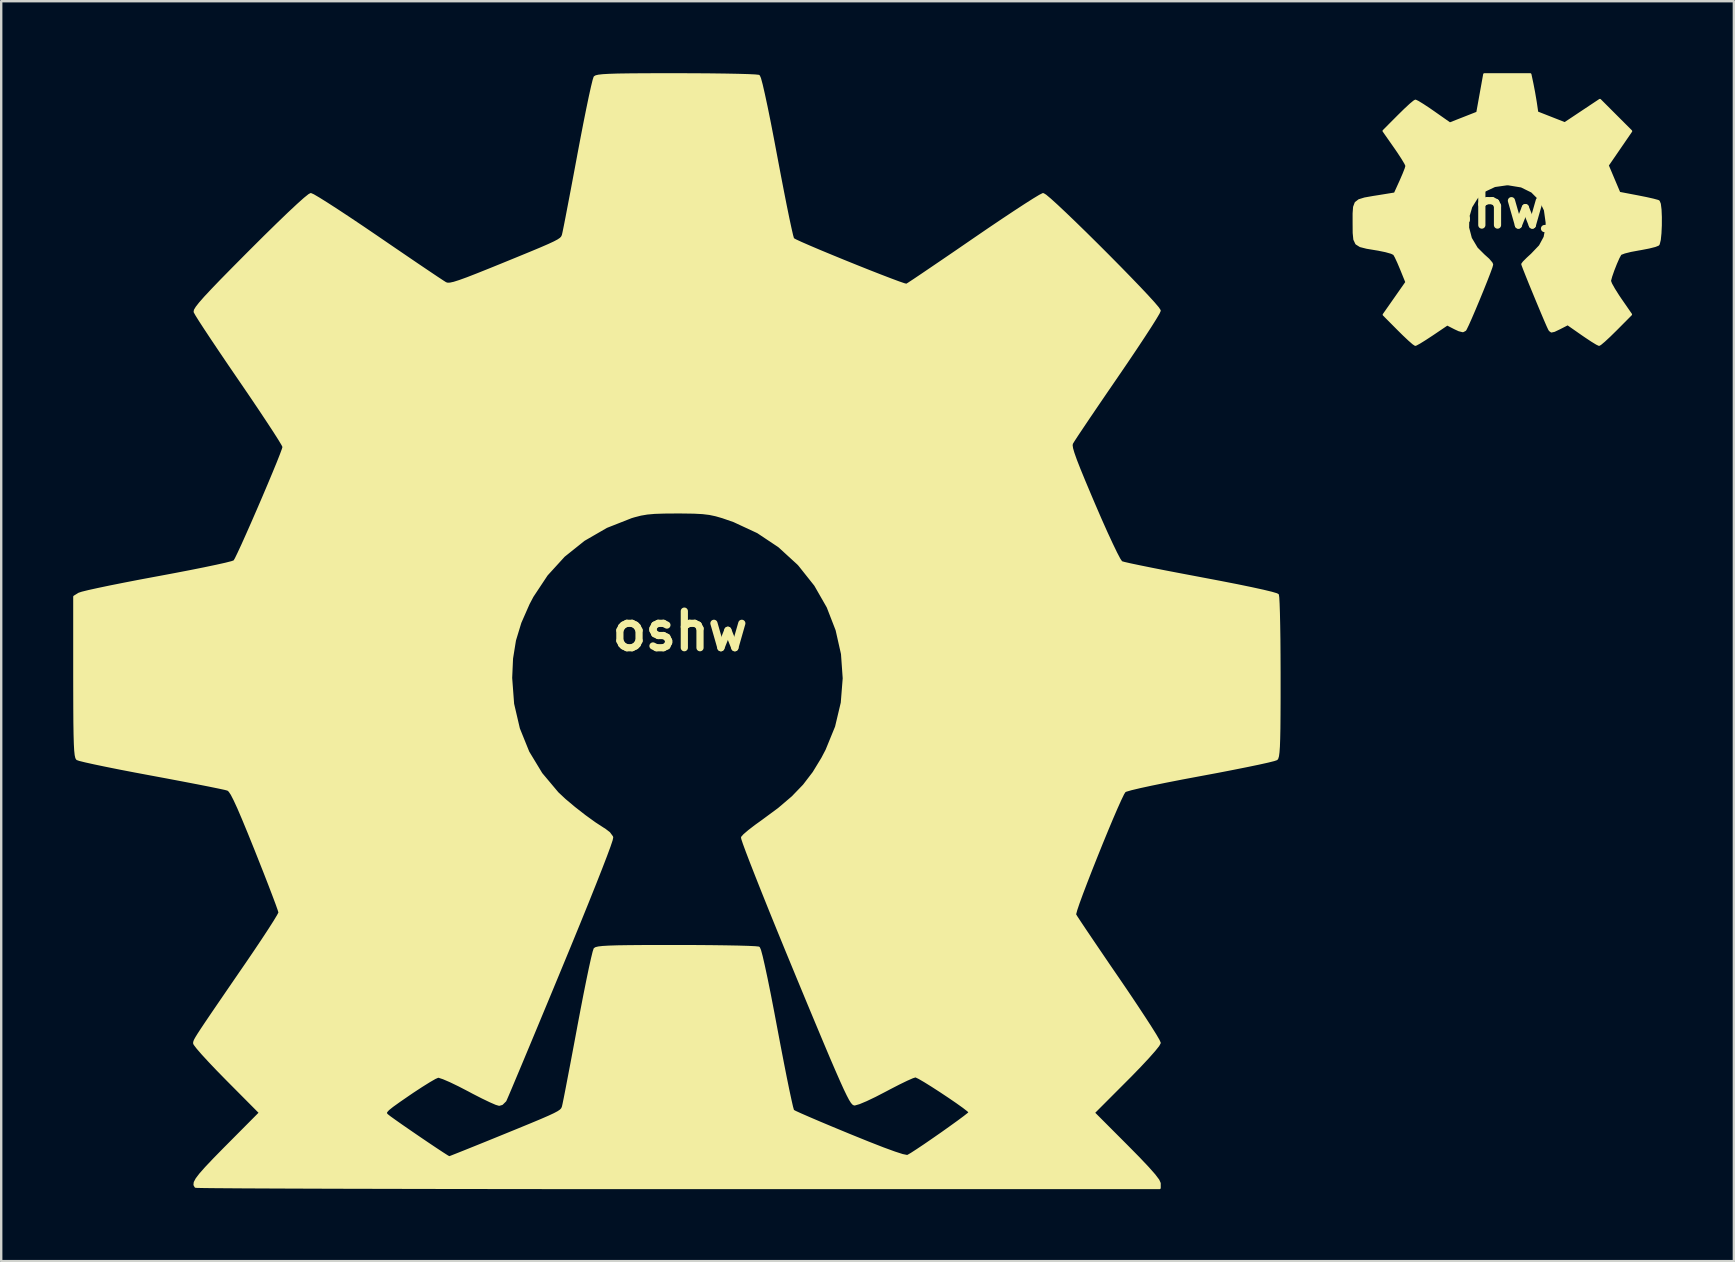
<source format=kicad_pcb>
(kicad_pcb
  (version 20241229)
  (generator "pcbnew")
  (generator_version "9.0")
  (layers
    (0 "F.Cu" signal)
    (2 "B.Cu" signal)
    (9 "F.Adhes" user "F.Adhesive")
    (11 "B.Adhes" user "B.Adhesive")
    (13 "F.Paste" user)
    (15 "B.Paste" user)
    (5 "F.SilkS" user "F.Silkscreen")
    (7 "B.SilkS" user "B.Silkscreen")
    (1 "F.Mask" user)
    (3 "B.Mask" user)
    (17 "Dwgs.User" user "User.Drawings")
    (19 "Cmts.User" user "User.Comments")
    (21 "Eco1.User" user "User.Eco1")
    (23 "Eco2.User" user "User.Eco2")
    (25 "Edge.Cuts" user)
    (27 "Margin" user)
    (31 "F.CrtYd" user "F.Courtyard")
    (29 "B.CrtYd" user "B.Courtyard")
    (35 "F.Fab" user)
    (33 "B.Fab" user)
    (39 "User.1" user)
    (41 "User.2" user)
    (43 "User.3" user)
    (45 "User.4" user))
  (footprint "oshw"
    (layer "F.Cu")
    (at 25.281 23.247)
    (property "Reference" "oshw" (at 0 0 0) (layer "F.SilkS") (effects (font (size 1.524 1.524) (thickness 0.3))))
    (attr through_hole)
    (fp_poly (pts (xy 24.975 1.916) (xy 24.975 2.774) (xy 24.972 3.479) (xy 24.967 4.043) (xy 24.958 4.483) (xy 24.946 4.813) (xy 24.929 5.049) (xy 24.908 5.204) (xy 24.881 5.294) (xy 24.857 5.328) (xy 24.749 5.365) (xy 24.493 5.429) (xy 24.11 5.514) (xy 23.619 5.616) (xy 23.038 5.732) (xy 22.389 5.858) (xy 21.703 5.986) (xy 20.934 6.13) (xy 20.244 6.265) (xy 19.648 6.387) (xy 19.163 6.492) (xy 18.803 6.578) (xy 18.585 6.641) (xy 18.526 6.668) (xy 18.459 6.775) (xy 18.343 7.015) (xy 18.186 7.364) (xy 17.998 7.8) (xy 17.789 8.299) (xy 17.568 8.837) (xy 17.344 9.393) (xy 17.126 9.942) (xy 16.924 10.461) (xy 16.746 10.928) (xy 16.603 11.319) (xy 16.504 11.612) (xy 16.458 11.782) (xy 16.457 11.813) (xy 16.512 11.905) (xy 16.653 12.12) (xy 16.868 12.442) (xy 17.146 12.854) (xy 17.476 13.34) (xy 17.846 13.885) (xy 18.239 14.458) (xy 18.639 15.045) (xy 19.006 15.593) (xy 19.33 16.084) (xy 19.601 16.503) (xy 19.807 16.832) (xy 19.937 17.056) (xy 19.981 17.156) (xy 19.923 17.262) (xy 19.757 17.468) (xy 19.5 17.759) (xy 19.165 18.117) (xy 18.769 18.526) (xy 18.606 18.689) (xy 17.232 20.066) (xy 18.606 21.443) (xy 19.111 21.955) (xy 19.495 22.361) (xy 19.765 22.667) (xy 19.925 22.879) (xy 19.981 23.004) (xy 19.981 23.009) (xy 19.981 23.199) (xy 12.083 23.199) (xy 12.083 20.048) (xy 12.005 19.968) (xy 11.812 19.819) (xy 11.536 19.622) (xy 11.207 19.397) (xy 10.855 19.163) (xy 10.511 18.941) (xy 10.204 18.75) (xy 9.966 18.612) (xy 9.827 18.545) (xy 9.811 18.542) (xy 9.687 18.581) (xy 9.446 18.687) (xy 9.117 18.847) (xy 8.731 19.046) (xy 8.553 19.14) (xy 8.127 19.361) (xy 7.756 19.538) (xy 7.467 19.659) (xy 7.288 19.711) (xy 7.261 19.712) (xy 7.218 19.688) (xy 7.162 19.623) (xy 7.088 19.505) (xy 6.993 19.324) (xy 6.871 19.071) (xy 6.718 18.734) (xy 6.529 18.304) (xy 6.299 17.77) (xy 6.025 17.121) (xy 5.702 16.349) (xy 5.324 15.442) (xy 4.888 14.39) (xy 4.812 14.205) (xy 4.435 13.291) (xy 4.079 12.421) (xy 3.749 11.608) (xy 3.451 10.865) (xy 3.189 10.205) (xy 2.968 9.641) (xy 2.793 9.184) (xy 2.67 8.85) (xy 2.603 8.649) (xy 2.593 8.595) (xy 2.68 8.497) (xy 2.876 8.329) (xy 3.151 8.117) (xy 3.417 7.926) (xy 4.119 7.408) (xy 4.693 6.919) (xy 5.167 6.427) (xy 5.571 5.899) (xy 5.934 5.303) (xy 6.112 4.964) (xy 6.51 3.99) (xy 6.749 2.985) (xy 6.83 1.965) (xy 6.758 0.947) (xy 6.533 -0.051) (xy 6.16 -1.012) (xy 5.64 -1.92) (xy 4.976 -2.756) (xy 4.925 -2.811) (xy 4.131 -3.537) (xy 3.244 -4.128) (xy 2.253 -4.589) (xy 1.775 -4.755) (xy 1.496 -4.835) (xy 1.233 -4.891) (xy 0.945 -4.926) (xy 0.589 -4.945) (xy 0.124 -4.952) (xy -0.127 -4.953) (xy -0.654 -4.949) (xy -1.054 -4.936) (xy -1.368 -4.908) (xy -1.638 -4.862) (xy -1.906 -4.793) (xy -2.032 -4.755) (xy -3.065 -4.348) (xy -4.003 -3.806) (xy -4.837 -3.139) (xy -5.555 -2.352) (xy -6.149 -1.456) (xy -6.314 -1.143) (xy -6.657 -0.362) (xy -6.882 0.377) (xy -7.005 1.139) (xy -7.041 1.947) (xy -6.96 3.032) (xy -6.719 4.066) (xy -6.325 5.041) (xy -5.779 5.943) (xy -5.103 6.748) (xy -4.8 7.032) (xy -4.407 7.362) (xy -3.974 7.7) (xy -3.552 8.005) (xy -3.194 8.238) (xy -3.15 8.263) (xy -2.955 8.412) (xy -2.838 8.57) (xy -2.831 8.593) (xy -2.855 8.704) (xy -2.942 8.963) (xy -3.089 9.36) (xy -3.292 9.887) (xy -3.548 10.537) (xy -3.853 11.299) (xy -4.205 12.167) (xy -4.6 13.13) (xy -4.991 14.077) (xy -5.364 14.978) (xy -5.721 15.837) (xy -6.054 16.639) (xy -6.359 17.371) (xy -6.63 18.02) (xy -6.862 18.573) (xy -7.048 19.016) (xy -7.184 19.336) (xy -7.264 19.52) (xy -7.282 19.559) (xy -7.419 19.694) (xy -7.532 19.727) (xy -7.661 19.689) (xy -7.907 19.582) (xy -8.239 19.422) (xy -8.628 19.223) (xy -8.803 19.129) (xy -9.207 18.92) (xy -9.568 18.746) (xy -9.857 18.622) (xy -10.042 18.561) (xy -10.083 18.558) (xy -10.21 18.613) (xy -10.446 18.749) (xy -10.762 18.946) (xy -11.13 19.187) (xy -11.302 19.304) (xy -11.705 19.582) (xy -11.984 19.782) (xy -12.158 19.922) (xy -12.244 20.018) (xy -12.261 20.087) (xy -12.225 20.146) (xy -12.209 20.161) (xy -12.102 20.246) (xy -11.888 20.4) (xy -11.595 20.606) (xy -11.25 20.844) (xy -10.881 21.097) (xy -10.514 21.346) (xy -10.177 21.572) (xy -9.896 21.757) (xy -9.7 21.882) (xy -9.615 21.929) (xy -9.614 21.929) (xy -9.53 21.898) (xy -9.309 21.811) (xy -8.973 21.677) (xy -8.543 21.504) (xy -8.038 21.3) (xy -7.481 21.073) (xy -7.478 21.072) (xy -6.78 20.787) (xy -6.223 20.558) (xy -5.79 20.377) (xy -5.465 20.236) (xy -5.231 20.127) (xy -5.073 20.043) (xy -4.973 19.975) (xy -4.915 19.916) (xy -4.884 19.857) (xy -4.87 19.818) (xy -4.843 19.7) (xy -4.789 19.434) (xy -4.712 19.041) (xy -4.616 18.539) (xy -4.503 17.949) (xy -4.379 17.29) (xy -4.246 16.58) (xy -4.233 16.507) (xy -4.098 15.795) (xy -3.97 15.134) (xy -3.851 14.542) (xy -3.746 14.038) (xy -3.658 13.641) (xy -3.592 13.371) (xy -3.552 13.246) (xy -3.549 13.242) (xy -3.499 13.211) (xy -3.393 13.186) (xy -3.218 13.166) (xy -2.959 13.151) (xy -2.6 13.139) (xy -2.127 13.132) (xy -1.525 13.127) (xy -0.78 13.125) (xy -0.138 13.125) (xy 0.598 13.127) (xy 1.282 13.132) (xy 1.896 13.14) (xy 2.421 13.15) (xy 2.839 13.162) (xy 3.129 13.176) (xy 3.273 13.191) (xy 3.284 13.195) (xy 3.327 13.295) (xy 3.396 13.55) (xy 3.488 13.949) (xy 3.602 14.48) (xy 3.734 15.131) (xy 3.881 15.891) (xy 4.012 16.585) (xy 4.15 17.314) (xy 4.281 17.992) (xy 4.401 18.6) (xy 4.507 19.12) (xy 4.596 19.534) (xy 4.662 19.824) (xy 4.704 19.971) (xy 4.711 19.985) (xy 4.807 20.036) (xy 5.039 20.142) (xy 5.388 20.294) (xy 5.832 20.484) (xy 6.352 20.702) (xy 6.927 20.94) (xy 7.072 21) (xy 7.845 21.313) (xy 8.466 21.556) (xy 8.94 21.729) (xy 9.268 21.835) (xy 9.454 21.873) (xy 9.493 21.869) (xy 9.643 21.782) (xy 9.887 21.624) (xy 10.2 21.415) (xy 10.553 21.172) (xy 10.923 20.915) (xy 11.281 20.66) (xy 11.603 20.428) (xy 11.861 20.236) (xy 12.03 20.103) (xy 12.083 20.048) (xy 12.083 23.199) (xy -0.071 23.199) (xy -1.902 23.198) (xy -3.688 23.198) (xy -5.423 23.197) (xy -7.098 23.195) (xy -8.706 23.193) (xy -10.241 23.191) (xy -11.694 23.188) (xy -13.057 23.185) (xy -14.325 23.182) (xy -15.489 23.178) (xy -16.541 23.174) (xy -17.476 23.17) (xy -18.284 23.166) (xy -18.959 23.161) (xy -19.493 23.157) (xy -19.88 23.152) (xy -20.11 23.147) (xy -20.179 23.142) (xy -20.221 23.069) (xy -20.21 22.968) (xy -20.134 22.825) (xy -19.983 22.627) (xy -19.745 22.358) (xy -19.41 22.004) (xy -18.965 21.55) (xy -18.863 21.448) (xy -17.49 20.066) (xy -18.863 18.684) (xy -19.255 18.284) (xy -19.604 17.917) (xy -19.892 17.604) (xy -20.102 17.361) (xy -20.218 17.209) (xy -20.235 17.17) (xy -20.233 17.134) (xy -20.222 17.09) (xy -20.194 17.026) (xy -20.14 16.93) (xy -20.052 16.788) (xy -19.922 16.589) (xy -19.742 16.319) (xy -19.504 15.967) (xy -19.198 15.519) (xy -18.818 14.964) (xy -18.355 14.289) (xy -18.061 13.862) (xy -17.707 13.341) (xy -17.386 12.862) (xy -17.111 12.443) (xy -16.894 12.103) (xy -16.747 11.86) (xy -16.681 11.734) (xy -16.679 11.724) (xy -16.71 11.617) (xy -16.796 11.373) (xy -16.931 11.013) (xy -17.106 10.555) (xy -17.314 10.021) (xy -17.548 9.43) (xy -17.664 9.137) (xy -17.96 8.404) (xy -18.203 7.816) (xy -18.398 7.361) (xy -18.553 7.025) (xy -18.672 6.794) (xy -18.763 6.657) (xy -18.829 6.6) (xy -18.951 6.567) (xy -19.22 6.509) (xy -19.616 6.428) (xy -20.118 6.329) (xy -20.706 6.216) (xy -21.36 6.092) (xy -22.004 5.972) (xy -22.698 5.842) (xy -23.342 5.718) (xy -23.915 5.603) (xy -24.399 5.502) (xy -24.773 5.419) (xy -25.019 5.358) (xy -25.115 5.324) (xy -25.145 5.271) (xy -25.17 5.158) (xy -25.19 4.969) (xy -25.205 4.69) (xy -25.216 4.308) (xy -25.224 3.808) (xy -25.228 3.174) (xy -25.23 2.394) (xy -25.231 1.897) (xy -25.231 -1.435) (xy -25.04 -1.553) (xy -24.915 -1.595) (xy -24.644 -1.662) (xy -24.245 -1.75) (xy -23.739 -1.856) (xy -23.146 -1.974) (xy -22.486 -2.102) (xy -21.778 -2.234) (xy -21.759 -2.237) (xy -21.055 -2.369) (xy -20.401 -2.495) (xy -19.817 -2.612) (xy -19.322 -2.716) (xy -18.935 -2.802) (xy -18.676 -2.868) (xy -18.564 -2.907) (xy -18.563 -2.909) (xy -18.501 -3.013) (xy -18.386 -3.25) (xy -18.226 -3.594) (xy -18.034 -4.023) (xy -17.818 -4.511) (xy -17.59 -5.035) (xy -17.359 -5.571) (xy -17.137 -6.095) (xy -16.933 -6.582) (xy -16.758 -7.008) (xy -16.623 -7.349) (xy -16.537 -7.582) (xy -16.51 -7.678) (xy -16.557 -7.775) (xy -16.689 -7.995) (xy -16.897 -8.322) (xy -17.171 -8.74) (xy -17.498 -9.233) (xy -17.87 -9.785) (xy -18.276 -10.38) (xy -18.34 -10.474) (xy -18.752 -11.076) (xy -19.133 -11.639) (xy -19.474 -12.147) (xy -19.763 -12.583) (xy -19.99 -12.932) (xy -20.143 -13.176) (xy -20.212 -13.3) (xy -20.214 -13.307) (xy -20.202 -13.375) (xy -20.132 -13.49) (xy -19.997 -13.662) (xy -19.788 -13.901) (xy -19.494 -14.215) (xy -19.108 -14.617) (xy -18.619 -15.114) (xy -18.02 -15.718) (xy -17.899 -15.839) (xy -17.299 -16.437) (xy -16.763 -16.962) (xy -16.302 -17.406) (xy -15.923 -17.76) (xy -15.636 -18.017) (xy -15.45 -18.166) (xy -15.381 -18.203) (xy -15.277 -18.157) (xy -15.05 -18.024) (xy -14.717 -17.816) (xy -14.294 -17.543) (xy -13.798 -17.216) (xy -13.244 -16.845) (xy -12.649 -16.441) (xy -12.585 -16.397) (xy -11.984 -15.986) (xy -11.422 -15.603) (xy -10.915 -15.258) (xy -10.479 -14.964) (xy -10.132 -14.731) (xy -9.889 -14.571) (xy -9.768 -14.494) (xy -9.763 -14.492) (xy -9.689 -14.469) (xy -9.58 -14.472) (xy -9.418 -14.507) (xy -9.185 -14.581) (xy -8.861 -14.698) (xy -8.43 -14.866) (xy -7.871 -15.09) (xy -7.477 -15.25) (xy -6.78 -15.535) (xy -6.223 -15.764) (xy -5.79 -15.945) (xy -5.465 -16.086) (xy -5.231 -16.195) (xy -5.073 -16.279) (xy -4.973 -16.347) (xy -4.915 -16.406) (xy -4.884 -16.465) (xy -4.87 -16.504) (xy -4.843 -16.622) (xy -4.789 -16.888) (xy -4.712 -17.281) (xy -4.616 -17.783) (xy -4.503 -18.373) (xy -4.379 -19.032) (xy -4.246 -19.742) (xy -4.233 -19.815) (xy -4.098 -20.527) (xy -3.97 -21.188) (xy -3.851 -21.78) (xy -3.746 -22.284) (xy -3.658 -22.681) (xy -3.592 -22.951) (xy -3.552 -23.076) (xy -3.549 -23.08) (xy -3.499 -23.111) (xy -3.393 -23.136) (xy -3.218 -23.156) (xy -2.959 -23.171) (xy -2.6 -23.183) (xy -2.127 -23.19) (xy -1.525 -23.195) (xy -0.78 -23.197) (xy -0.138 -23.197) (xy 0.598 -23.195) (xy 1.282 -23.19) (xy 1.896 -23.182) (xy 2.421 -23.172) (xy 2.839 -23.16) (xy 3.129 -23.146) (xy 3.273 -23.131) (xy 3.284 -23.127) (xy 3.327 -23.027) (xy 3.396 -22.772) (xy 3.488 -22.373) (xy 3.602 -21.842) (xy 3.734 -21.191) (xy 3.881 -20.431) (xy 4.012 -19.737) (xy 4.15 -19.008) (xy 4.281 -18.33) (xy 4.401 -17.722) (xy 4.507 -17.202) (xy 4.596 -16.788) (xy 4.662 -16.498) (xy 4.704 -16.351) (xy 4.711 -16.337) (xy 4.815 -16.278) (xy 5.05 -16.169) (xy 5.392 -16.02) (xy 5.817 -15.839) (xy 6.302 -15.638) (xy 6.821 -15.425) (xy 7.353 -15.21) (xy 7.871 -15.003) (xy 8.354 -14.814) (xy 8.776 -14.652) (xy 9.114 -14.526) (xy 9.344 -14.447) (xy 9.442 -14.425) (xy 9.442 -14.425) (xy 9.53 -14.479) (xy 9.743 -14.619) (xy 10.063 -14.834) (xy 10.476 -15.114) (xy 10.966 -15.447) (xy 11.517 -15.823) (xy 12.114 -16.233) (xy 12.258 -16.332) (xy 12.865 -16.747) (xy 13.433 -17.13) (xy 13.945 -17.47) (xy 14.386 -17.758) (xy 14.74 -17.983) (xy 14.99 -18.134) (xy 15.121 -18.201) (xy 15.132 -18.203) (xy 15.227 -18.145) (xy 15.424 -17.98) (xy 15.706 -17.724) (xy 16.057 -17.394) (xy 16.463 -17.004) (xy 16.906 -16.572) (xy 17.371 -16.112) (xy 17.842 -15.641) (xy 18.303 -15.175) (xy 18.739 -14.728) (xy 19.134 -14.318) (xy 19.471 -13.96) (xy 19.735 -13.67) (xy 19.91 -13.464) (xy 19.981 -13.357) (xy 19.981 -13.352) (xy 19.935 -13.25) (xy 19.802 -13.026) (xy 19.594 -12.695) (xy 19.321 -12.275) (xy 18.994 -11.781) (xy 18.623 -11.23) (xy 18.22 -10.639) (xy 18.194 -10.601) (xy 17.786 -10.006) (xy 17.406 -9.449) (xy 17.065 -8.947) (xy 16.776 -8.517) (xy 16.548 -8.176) (xy 16.394 -7.94) (xy 16.324 -7.825) (xy 16.323 -7.823) (xy 16.31 -7.745) (xy 16.329 -7.614) (xy 16.386 -7.416) (xy 16.486 -7.133) (xy 16.635 -6.751) (xy 16.839 -6.254) (xy 17.104 -5.624) (xy 17.243 -5.297) (xy 17.514 -4.67) (xy 17.764 -4.109) (xy 17.985 -3.632) (xy 18.167 -3.255) (xy 18.303 -2.997) (xy 18.385 -2.875) (xy 18.393 -2.869) (xy 18.507 -2.836) (xy 18.768 -2.776) (xy 19.158 -2.694) (xy 19.656 -2.593) (xy 20.243 -2.477) (xy 20.901 -2.351) (xy 21.61 -2.217) (xy 21.687 -2.202) (xy 22.5 -2.048) (xy 23.215 -1.908) (xy 23.821 -1.783) (xy 24.304 -1.677) (xy 24.654 -1.592) (xy 24.857 -1.532) (xy 24.905 -1.506) (xy 24.92 -1.4) (xy 24.934 -1.143) (xy 24.947 -0.755) (xy 24.958 -0.254) (xy 24.967 0.341) (xy 24.972 1.01) (xy 24.975 1.735) (xy 24.975 1.916)) (stroke (width 0.1) (type solid)) (fill yes) (layer "F.SilkS")))
  (footprint "oshw_s"
    (layer "F.Cu")
    (at 59.706 5.638)
    (property "Reference" "oshw_s" (at 0 0 0) (layer "F.SilkS") (effects (font (size 1.524 1.524) (thickness 0.3))))
    (attr through_hole)
    (fp_poly (pts (xy 6.435 0.355) (xy 6.434 0.698) (xy 6.419 1.029) (xy 6.391 1.303) (xy 6.349 1.473) (xy 6.329 1.503) (xy 6.2 1.554) (xy 5.95 1.617) (xy 5.627 1.68) (xy 5.522 1.698) (xy 5.192 1.759) (xy 4.927 1.825) (xy 4.773 1.884) (xy 4.753 1.9) (xy 4.672 2.048) (xy 4.565 2.291) (xy 4.456 2.568) (xy 4.367 2.824) (xy 4.32 2.999) (xy 4.318 3.024) (xy 4.364 3.145) (xy 4.487 3.365) (xy 4.664 3.645) (xy 4.755 3.78) (xy 5.193 4.413) (xy 4.567 5.043) (xy 4.302 5.303) (xy 4.078 5.511) (xy 3.923 5.641) (xy 3.869 5.673) (xy 3.772 5.627) (xy 3.572 5.505) (xy 3.307 5.329) (xy 3.18 5.242) (xy 2.563 4.811) (xy 2.216 4.988) (xy 2.001 5.091) (xy 1.886 5.116) (xy 1.82 5.067) (xy 1.791 5.017) (xy 1.727 4.879) (xy 1.618 4.628) (xy 1.477 4.295) (xy 1.317 3.912) (xy 1.151 3.51) (xy 0.991 3.121) (xy 0.852 2.776) (xy 0.746 2.508) (xy 0.686 2.348) (xy 0.677 2.317) (xy 0.736 2.238) (xy 0.889 2.085) (xy 1.07 1.919) (xy 1.409 1.564) (xy 1.607 1.197) (xy 1.688 0.767) (xy 1.693 0.592) (xy 1.62 0.064) (xy 1.41 -0.374) (xy 1.076 -0.709) (xy 0.633 -0.927) (xy 0.095 -1.015) (xy 0.021 -1.016) (xy -0.482 -0.944) (xy -0.903 -0.746) (xy -1.233 -0.446) (xy -1.464 -0.072) (xy -1.588 0.352) (xy -1.595 0.799) (xy -1.479 1.244) (xy -1.231 1.661) (xy -0.941 1.95) (xy -0.744 2.127) (xy -0.618 2.275) (xy -0.593 2.334) (xy -0.624 2.446) (xy -0.71 2.682) (xy -0.836 3.007) (xy -0.989 3.389) (xy -1.156 3.796) (xy -1.323 4.195) (xy -1.477 4.554) (xy -1.604 4.839) (xy -1.691 5.018) (xy -1.714 5.056) (xy -1.806 5.105) (xy -1.966 5.065) (xy -2.126 4.991) (xy -2.457 4.822) (xy -3.087 5.247) (xy -3.375 5.436) (xy -3.61 5.582) (xy -3.758 5.663) (xy -3.787 5.673) (xy -3.872 5.616) (xy -4.047 5.463) (xy -4.283 5.24) (xy -4.477 5.048) (xy -5.098 4.423) (xy -4.624 3.747) (xy -4.151 3.071) (xy -4.37 2.531) (xy -4.491 2.244) (xy -4.598 2.015) (xy -4.666 1.895) (xy -4.782 1.838) (xy -5.019 1.771) (xy -5.33 1.707) (xy -5.398 1.696) (xy -5.807 1.628) (xy -6.078 1.559) (xy -6.24 1.457) (xy -6.32 1.287) (xy -6.347 1.018) (xy -6.35 0.615) (xy -6.35 0.588) (xy -6.35 0.204) (xy -6.331 -0.06) (xy -6.267 -0.232) (xy -6.13 -0.339) (xy -5.895 -0.411) (xy -5.534 -0.475) (xy -5.299 -0.512) (xy -4.634 -0.62) (xy -4.391 -1.155) (xy -4.27 -1.435) (xy -4.182 -1.659) (xy -4.149 -1.778) (xy -4.149 -1.779) (xy -4.195 -1.883) (xy -4.318 -2.089) (xy -4.498 -2.364) (xy -4.626 -2.55) (xy -5.104 -3.232) (xy -4.48 -3.859) (xy -4.215 -4.119) (xy -3.991 -4.327) (xy -3.835 -4.456) (xy -3.781 -4.487) (xy -3.683 -4.441) (xy -3.482 -4.318) (xy -3.21 -4.139) (xy -3.027 -4.012) (xy -2.35 -3.537) (xy -1.774 -3.763) (xy -1.199 -3.989) (xy -1.055 -4.788) (xy -0.911 -5.588) (xy 0.045 -5.588) (xy 1.002 -5.588) (xy 1.087 -5.186) (xy 1.154 -4.838) (xy 1.216 -4.474) (xy 1.229 -4.392) (xy 1.286 -4) (xy 1.864 -3.773) (xy 2.442 -3.546) (xy 3.173 -4.033) (xy 3.904 -4.519) (xy 4.552 -3.871) (xy 5.2 -3.223) (xy 4.711 -2.511) (xy 4.222 -1.798) (xy 4.465 -1.222) (xy 4.709 -0.646) (xy 5.486 -0.498) (xy 5.836 -0.428) (xy 6.124 -0.363) (xy 6.308 -0.313) (xy 6.349 -0.297) (xy 6.393 -0.188) (xy 6.422 0.044) (xy 6.435 0.355)) (stroke (width 0.1) (type solid)) (fill yes) (layer "F.SilkS")))
  (gr_rect
    (start -3 -3)
    (end 69.192 49.496)
    (stroke (width 0.1) (type default))
    (fill no)
    (layer "Edge.Cuts")))
</source>
